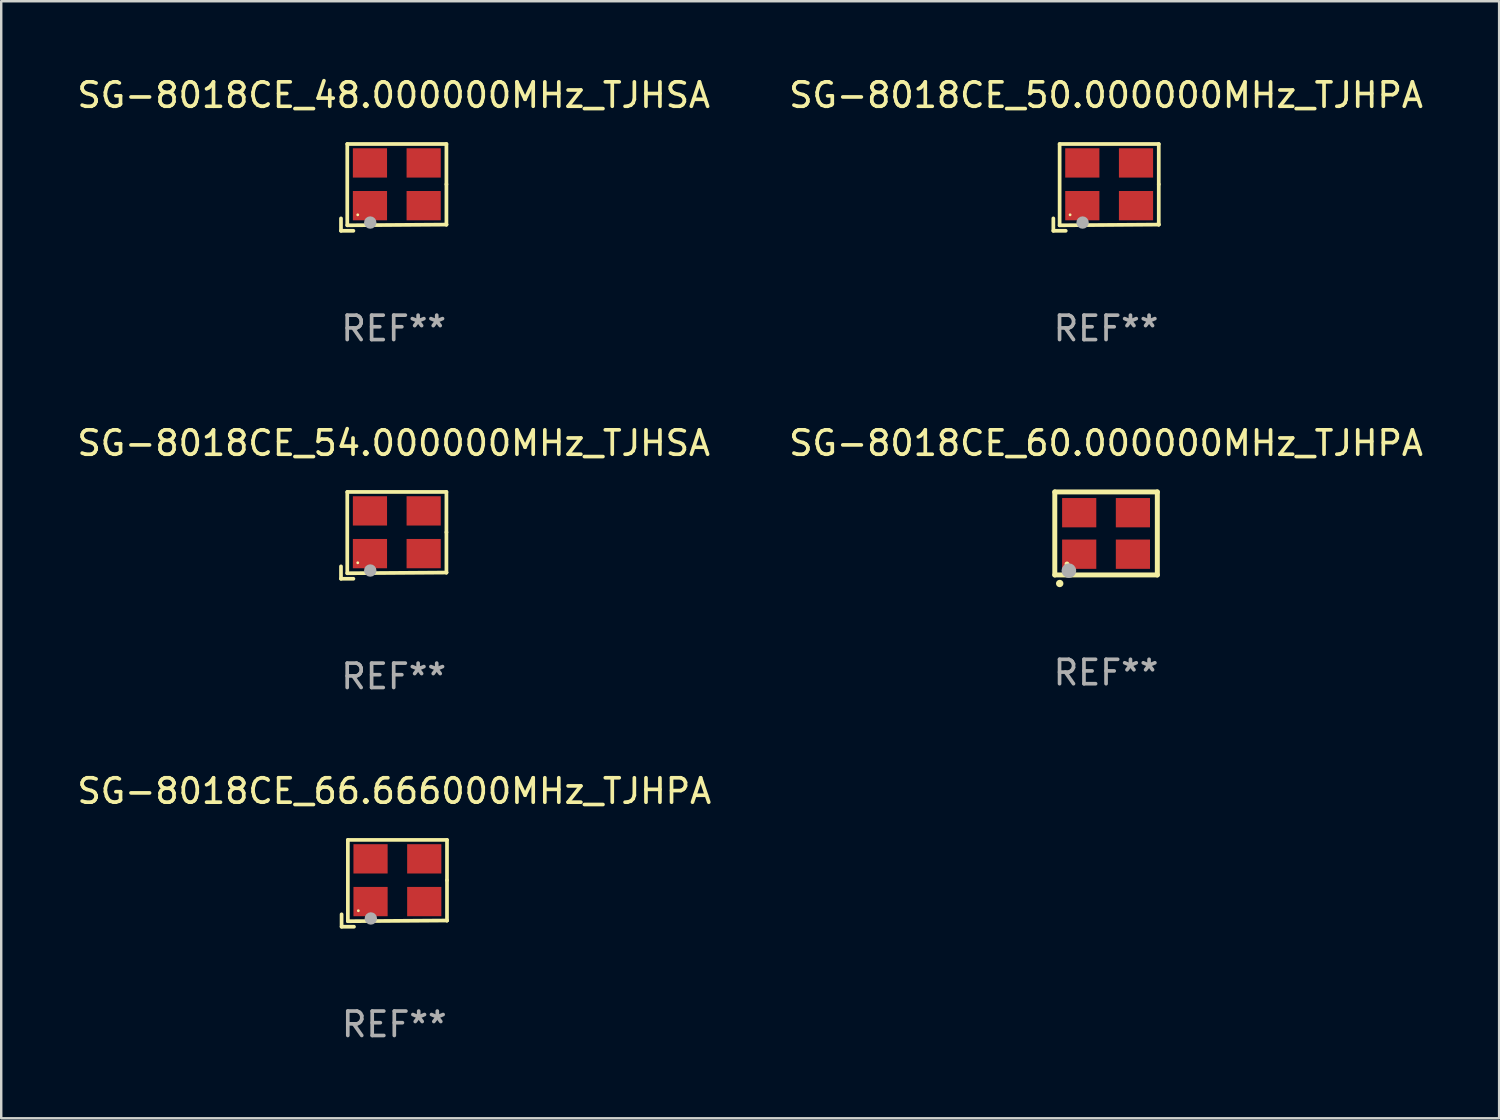
<source format=kicad_pcb>
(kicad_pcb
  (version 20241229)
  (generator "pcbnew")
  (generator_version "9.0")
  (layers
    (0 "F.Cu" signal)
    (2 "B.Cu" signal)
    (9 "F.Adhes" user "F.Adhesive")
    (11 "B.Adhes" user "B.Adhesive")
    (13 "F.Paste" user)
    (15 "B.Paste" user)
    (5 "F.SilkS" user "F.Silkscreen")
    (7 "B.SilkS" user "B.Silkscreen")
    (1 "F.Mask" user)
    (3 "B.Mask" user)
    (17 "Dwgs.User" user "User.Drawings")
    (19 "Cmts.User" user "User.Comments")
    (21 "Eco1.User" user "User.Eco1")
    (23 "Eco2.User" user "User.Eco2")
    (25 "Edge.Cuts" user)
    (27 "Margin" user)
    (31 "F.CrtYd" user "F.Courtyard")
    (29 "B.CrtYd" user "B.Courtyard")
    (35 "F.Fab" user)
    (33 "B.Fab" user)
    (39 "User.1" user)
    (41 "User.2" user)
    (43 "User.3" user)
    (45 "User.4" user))
  (footprint "SG-8018CE_48.000000MHz_TJHSA"
    (layer "F.Cu")
    (at 13.077 4.626)
    (property "Reference" "SG-8018CE_48.000000MHz_TJHSA" (at 0 -3.778 0) (layer "F.SilkS") (effects (font (size 1 1) (thickness 0.15))))
    (attr through_hole)
    (fp_line (start -2.159 1.27) (end -2.159 1.778) (stroke (width 0.152) (type solid)) (layer "F.SilkS"))
    (fp_line (start -2.159 1.778) (end -1.651 1.778) (stroke (width 0.152) (type solid)) (layer "F.SilkS"))
    (fp_line (start -1.902 -1.778) (end 2.159 -1.778) (stroke (width 0.152) (type solid)) (layer "F.SilkS"))
    (fp_line (start -1.902 1.552) (end -1.902 -1.778) (stroke (width 0.152) (type solid)) (layer "F.SilkS"))
    (fp_line (start 2.159 -1.778) (end 2.159 -0.127) (stroke (width 0.152) (type solid)) (layer "F.SilkS"))
    (fp_line (start 2.159 -0.127) (end 2.159 1.524) (stroke (width 0.152) (type solid)) (layer "F.SilkS"))
    (fp_line (start 2.159 1.524) (end -1.902 1.552) (stroke (width 0.152) (type solid)) (layer "F.SilkS"))
    (fp_line (start 2.159 1.524) (end 2.159 1.524) (stroke (width 0.152) (type solid)) (layer "F.SilkS"))
    (fp_circle (center -1.473 1.123) (end -1.443 1.123) (stroke (width 0.06) (type solid)) (fill no) (layer "F.SilkS"))
    (fp_circle (center -0.961 1.44) (end -0.834 1.44) (stroke (width 0.254) (type solid)) (fill no) (layer "F.Fab"))
    (fp_text user "REF**" (at 0 5.778 0) (layer "F.Fab") (effects (font (size 1 1) (thickness 0.15))))
    (pad "1" smd rect (at -0.973 0.748) (size 1.4 1.2) (layers "F.Cu" "F.Mask" "F.Paste"))
    (pad "2" smd rect (at 1.227 0.748) (size 1.4 1.2) (layers "F.Cu" "F.Mask" "F.Paste"))
    (pad "3" smd rect (at 1.227 -1.002) (size 1.4 1.2) (layers "F.Cu" "F.Mask" "F.Paste"))
    (pad "4" smd rect (at -0.973 -1.002) (size 1.4 1.2) (layers "F.Cu" "F.Mask" "F.Paste")))
  (footprint "SG-8018CE_54.000000MHz_TJHSA"
    (layer "F.Cu")
    (at 13.077 18.879)
    (property "Reference" "SG-8018CE_54.000000MHz_TJHSA" (at 0 -3.778 0) (layer "F.SilkS") (effects (font (size 1 1) (thickness 0.15))))
    (attr through_hole)
    (fp_line (start -2.159 1.27) (end -2.159 1.778) (stroke (width 0.152) (type solid)) (layer "F.SilkS"))
    (fp_line (start -2.159 1.778) (end -1.651 1.778) (stroke (width 0.152) (type solid)) (layer "F.SilkS"))
    (fp_line (start -1.902 -1.778) (end 2.159 -1.778) (stroke (width 0.152) (type solid)) (layer "F.SilkS"))
    (fp_line (start -1.902 1.552) (end -1.902 -1.778) (stroke (width 0.152) (type solid)) (layer "F.SilkS"))
    (fp_line (start 2.159 -1.778) (end 2.159 -0.127) (stroke (width 0.152) (type solid)) (layer "F.SilkS"))
    (fp_line (start 2.159 -0.127) (end 2.159 1.524) (stroke (width 0.152) (type solid)) (layer "F.SilkS"))
    (fp_line (start 2.159 1.524) (end -1.902 1.552) (stroke (width 0.152) (type solid)) (layer "F.SilkS"))
    (fp_line (start 2.159 1.524) (end 2.159 1.524) (stroke (width 0.152) (type solid)) (layer "F.SilkS"))
    (fp_circle (center -1.473 1.123) (end -1.443 1.123) (stroke (width 0.06) (type solid)) (fill no) (layer "F.SilkS"))
    (fp_circle (center -0.961 1.44) (end -0.834 1.44) (stroke (width 0.254) (type solid)) (fill no) (layer "F.Fab"))
    (fp_text user "REF**" (at 0 5.778 0) (layer "F.Fab") (effects (font (size 1 1) (thickness 0.15))))
    (pad "1" smd rect (at -0.973 0.748) (size 1.4 1.2) (layers "F.Cu" "F.Mask" "F.Paste"))
    (pad "2" smd rect (at 1.227 0.748) (size 1.4 1.2) (layers "F.Cu" "F.Mask" "F.Paste"))
    (pad "3" smd rect (at 1.227 -1.002) (size 1.4 1.2) (layers "F.Cu" "F.Mask" "F.Paste"))
    (pad "4" smd rect (at -0.973 -1.002) (size 1.4 1.2) (layers "F.Cu" "F.Mask" "F.Paste")))
  (footprint "SG-8018CE_60.000000MHz_TJHPA"
    (layer "F.Cu")
    (at 42.256 18.801)
    (property "Reference" "SG-8018CE_60.000000MHz_TJHPA" (at 0 -3.7 0) (layer "F.SilkS") (effects (font (size 1 1) (thickness 0.15))))
    (attr through_hole)
    (fp_line (start -2.1 -1.7) (end -2.1 1.7) (stroke (width 0.203) (type solid)) (layer "F.SilkS"))
    (fp_line (start -2.1 1.7) (end 2.1 1.7) (stroke (width 0.203) (type solid)) (layer "F.SilkS"))
    (fp_line (start 2.1 -1.7) (end -2.1 -1.7) (stroke (width 0.203) (type solid)) (layer "F.SilkS"))
    (fp_line (start 2.1 1.7) (end 2.1 -1.7) (stroke (width 0.203) (type solid)) (layer "F.SilkS"))
    (fp_arc (start -1.899924 2.049784) (mid -1.898654 2.049779) (end -1.897384 2.049784) (stroke (width 0.3) (type solid)) (layer "F.SilkS"))
    (fp_circle (center -1.6 1.25) (end -1.55 1.25) (stroke (width 0.1) (type solid)) (fill no) (layer "F.SilkS"))
    (fp_circle (center -1.524 1.524) (end -1.374 1.524) (stroke (width 0.3) (type solid)) (fill no) (layer "F.Fab"))
    (fp_text user "REF**" (at 0 5.7 0) (layer "F.Fab") (effects (font (size 1 1) (thickness 0.15))))
    (pad "1" smd rect (at -1.1 0.85) (size 1.4 1.2) (layers "F.Cu" "F.Mask" "F.Paste"))
    (pad "2" smd rect (at 1.1 0.85) (size 1.4 1.2) (layers "F.Cu" "F.Mask" "F.Paste"))
    (pad "3" smd rect (at 1.1 -0.85) (size 1.4 1.2) (layers "F.Cu" "F.Mask" "F.Paste"))
    (pad "4" smd rect (at -1.1 -0.85) (size 1.4 1.2) (layers "F.Cu" "F.Mask" "F.Paste")))
  (footprint "SG-8018CE_50.000000MHz_TJHPA"
    (layer "F.Cu")
    (at 42.256 4.626)
    (property "Reference" "SG-8018CE_50.000000MHz_TJHPA" (at 0 -3.778 0) (layer "F.SilkS") (effects (font (size 1 1) (thickness 0.15))))
    (attr through_hole)
    (fp_line (start -2.159 1.27) (end -2.159 1.778) (stroke (width 0.152) (type solid)) (layer "F.SilkS"))
    (fp_line (start -2.159 1.778) (end -1.651 1.778) (stroke (width 0.152) (type solid)) (layer "F.SilkS"))
    (fp_line (start -1.902 -1.778) (end 2.159 -1.778) (stroke (width 0.152) (type solid)) (layer "F.SilkS"))
    (fp_line (start -1.902 1.552) (end -1.902 -1.778) (stroke (width 0.152) (type solid)) (layer "F.SilkS"))
    (fp_line (start 2.159 -1.778) (end 2.159 -0.127) (stroke (width 0.152) (type solid)) (layer "F.SilkS"))
    (fp_line (start 2.159 -0.127) (end 2.159 1.524) (stroke (width 0.152) (type solid)) (layer "F.SilkS"))
    (fp_line (start 2.159 1.524) (end -1.902 1.552) (stroke (width 0.152) (type solid)) (layer "F.SilkS"))
    (fp_line (start 2.159 1.524) (end 2.159 1.524) (stroke (width 0.152) (type solid)) (layer "F.SilkS"))
    (fp_circle (center -1.473 1.123) (end -1.443 1.123) (stroke (width 0.06) (type solid)) (fill no) (layer "F.SilkS"))
    (fp_circle (center -0.961 1.44) (end -0.834 1.44) (stroke (width 0.254) (type solid)) (fill no) (layer "F.Fab"))
    (fp_text user "REF**" (at 0 5.778 0) (layer "F.Fab") (effects (font (size 1 1) (thickness 0.15))))
    (pad "1" smd rect (at -0.973 0.748) (size 1.4 1.2) (layers "F.Cu" "F.Mask" "F.Paste"))
    (pad "2" smd rect (at 1.227 0.748) (size 1.4 1.2) (layers "F.Cu" "F.Mask" "F.Paste"))
    (pad "3" smd rect (at 1.227 -1.002) (size 1.4 1.2) (layers "F.Cu" "F.Mask" "F.Paste"))
    (pad "4" smd rect (at -0.973 -1.002) (size 1.4 1.2) (layers "F.Cu" "F.Mask" "F.Paste")))
  (footprint "SG-8018CE_66.666000MHz_TJHPA"
    (layer "F.Cu")
    (at 13.101 33.132)
    (property "Reference" "SG-8018CE_66.666000MHz_TJHPA" (at 0 -3.778 0) (layer "F.SilkS") (effects (font (size 1 1) (thickness 0.15))))
    (attr through_hole)
    (fp_line (start -2.159 1.27) (end -2.159 1.778) (stroke (width 0.152) (type solid)) (layer "F.SilkS"))
    (fp_line (start -2.159 1.778) (end -1.651 1.778) (stroke (width 0.152) (type solid)) (layer "F.SilkS"))
    (fp_line (start -1.902 -1.778) (end 2.159 -1.778) (stroke (width 0.152) (type solid)) (layer "F.SilkS"))
    (fp_line (start -1.902 1.552) (end -1.902 -1.778) (stroke (width 0.152) (type solid)) (layer "F.SilkS"))
    (fp_line (start 2.159 -1.778) (end 2.159 -0.127) (stroke (width 0.152) (type solid)) (layer "F.SilkS"))
    (fp_line (start 2.159 -0.127) (end 2.159 1.524) (stroke (width 0.152) (type solid)) (layer "F.SilkS"))
    (fp_line (start 2.159 1.524) (end -1.902 1.552) (stroke (width 0.152) (type solid)) (layer "F.SilkS"))
    (fp_line (start 2.159 1.524) (end 2.159 1.524) (stroke (width 0.152) (type solid)) (layer "F.SilkS"))
    (fp_circle (center -1.473 1.123) (end -1.443 1.123) (stroke (width 0.06) (type solid)) (fill no) (layer "F.SilkS"))
    (fp_circle (center -0.961 1.44) (end -0.834 1.44) (stroke (width 0.254) (type solid)) (fill no) (layer "F.Fab"))
    (fp_text user "REF**" (at 0 5.778 0) (layer "F.Fab") (effects (font (size 1 1) (thickness 0.15))))
    (pad "1" smd rect (at -0.973 0.748) (size 1.4 1.2) (layers "F.Cu" "F.Mask" "F.Paste"))
    (pad "2" smd rect (at 1.227 0.748) (size 1.4 1.2) (layers "F.Cu" "F.Mask" "F.Paste"))
    (pad "3" smd rect (at 1.227 -1.002) (size 1.4 1.2) (layers "F.Cu" "F.Mask" "F.Paste"))
    (pad "4" smd rect (at -0.973 -1.002) (size 1.4 1.2) (layers "F.Cu" "F.Mask" "F.Paste")))
  (gr_rect
    (start -3 -3)
    (end 58.357 42.758)
    (stroke (width 0.1) (type default))
    (fill no)
    (layer "Edge.Cuts")))
</source>
